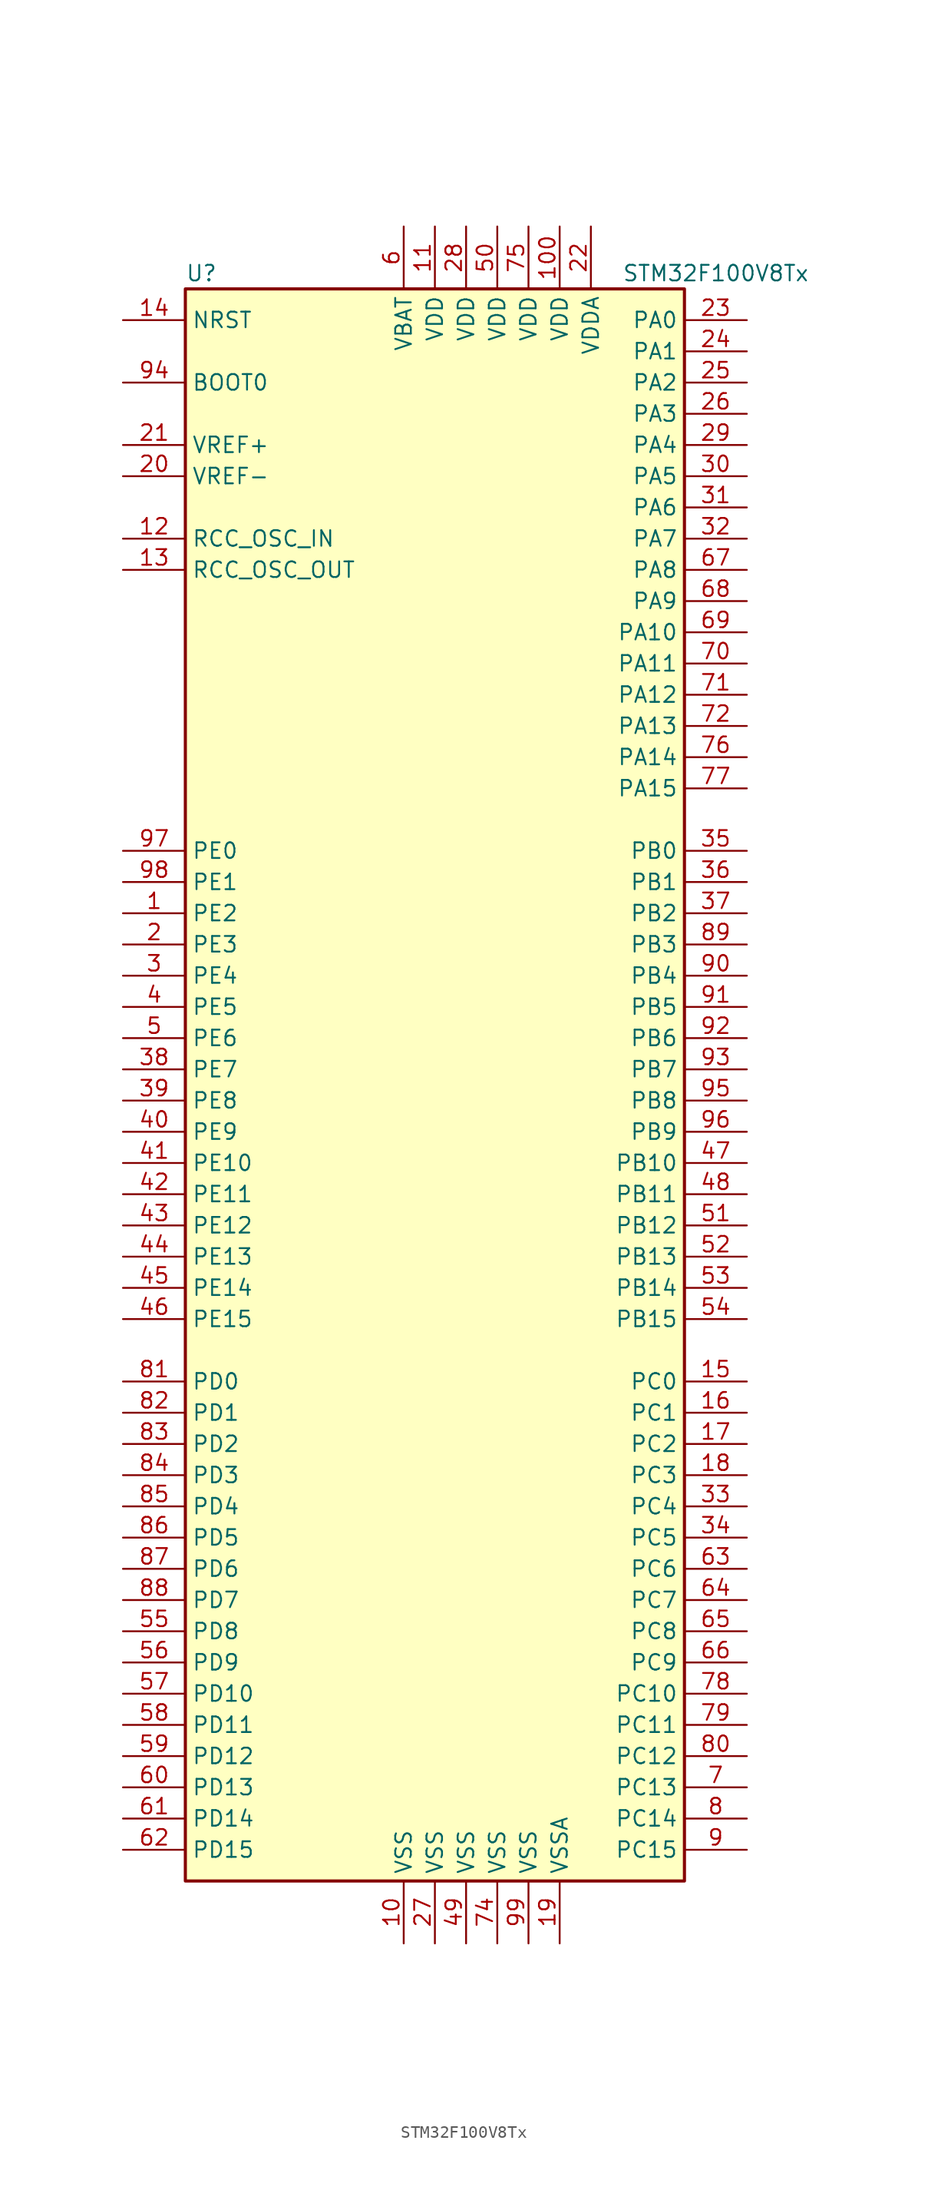
<source format=kicad_sym>
(kicad_symbol_lib
  (version 20200908)
  (generator kicad_symbol_editor)
  (symbol "MCU_ST_STM32F1:STM32F100V8Tx"
    (property "Reference" "U"
      (at -20.32 64.77 0)
      (effects (font (size 1.27 1.27)) (justify left)))
    (property "Value" "STM32F100V8Tx"
      (at 15.24 64.77 0)
      (effects (font (size 1.27 1.27)) (justify left)))
    (symbol "STM32F100V8Tx_0_1"
      (rectangle (start -20.32 -66.04) (end 20.32 63.5) (stroke (width 0.254)) (fill (type background))))
    (symbol "STM32F100V8Tx_1_1"
      (pin input line (at -25.4 55.88 0) (length 5.08) (name "BOOT0" (effects (font (size 1.27 1.27)))) (number "94" (effects (font (size 1.27 1.27)))))
      (pin unconnected line (at -20.32 -63.5 0) (length 5.08) hide (name "NC" (effects (font (size 1.27 1.27)))) (number "73" (effects (font (size 1.27 1.27)))))
      (pin input line (at -25.4 60.96 0) (length 5.08) (name "NRST" (effects (font (size 1.27 1.27)))) (number "14" (effects (font (size 1.27 1.27)))))
      (pin bidirectional line (at 25.4 60.96 180) (length 5.08) (name "PA0" (effects (font (size 1.27 1.27)))) (number "23" (effects (font (size 1.27 1.27)))))
      (pin bidirectional line (at 25.4 58.42 180) (length 5.08) (name "PA1" (effects (font (size 1.27 1.27)))) (number "24" (effects (font (size 1.27 1.27)))))
      (pin bidirectional line (at 25.4 35.56 180) (length 5.08) (name "PA10" (effects (font (size 1.27 1.27)))) (number "69" (effects (font (size 1.27 1.27)))))
      (pin bidirectional line (at 25.4 33.02 180) (length 5.08) (name "PA11" (effects (font (size 1.27 1.27)))) (number "70" (effects (font (size 1.27 1.27)))))
      (pin bidirectional line (at 25.4 30.48 180) (length 5.08) (name "PA12" (effects (font (size 1.27 1.27)))) (number "71" (effects (font (size 1.27 1.27)))))
      (pin bidirectional line (at 25.4 27.94 180) (length 5.08) (name "PA13" (effects (font (size 1.27 1.27)))) (number "72" (effects (font (size 1.27 1.27)))))
      (pin bidirectional line (at 25.4 25.4 180) (length 5.08) (name "PA14" (effects (font (size 1.27 1.27)))) (number "76" (effects (font (size 1.27 1.27)))))
      (pin bidirectional line (at 25.4 22.86 180) (length 5.08) (name "PA15" (effects (font (size 1.27 1.27)))) (number "77" (effects (font (size 1.27 1.27)))))
      (pin bidirectional line (at 25.4 55.88 180) (length 5.08) (name "PA2" (effects (font (size 1.27 1.27)))) (number "25" (effects (font (size 1.27 1.27)))))
      (pin bidirectional line (at 25.4 53.34 180) (length 5.08) (name "PA3" (effects (font (size 1.27 1.27)))) (number "26" (effects (font (size 1.27 1.27)))))
      (pin bidirectional line (at 25.4 50.8 180) (length 5.08) (name "PA4" (effects (font (size 1.27 1.27)))) (number "29" (effects (font (size 1.27 1.27)))))
      (pin bidirectional line (at 25.4 48.26 180) (length 5.08) (name "PA5" (effects (font (size 1.27 1.27)))) (number "30" (effects (font (size 1.27 1.27)))))
      (pin bidirectional line (at 25.4 45.72 180) (length 5.08) (name "PA6" (effects (font (size 1.27 1.27)))) (number "31" (effects (font (size 1.27 1.27)))))
      (pin bidirectional line (at 25.4 43.18 180) (length 5.08) (name "PA7" (effects (font (size 1.27 1.27)))) (number "32" (effects (font (size 1.27 1.27)))))
      (pin bidirectional line (at 25.4 40.64 180) (length 5.08) (name "PA8" (effects (font (size 1.27 1.27)))) (number "67" (effects (font (size 1.27 1.27)))))
      (pin bidirectional line (at 25.4 38.1 180) (length 5.08) (name "PA9" (effects (font (size 1.27 1.27)))) (number "68" (effects (font (size 1.27 1.27)))))
      (pin bidirectional line (at 25.4 17.78 180) (length 5.08) (name "PB0" (effects (font (size 1.27 1.27)))) (number "35" (effects (font (size 1.27 1.27)))))
      (pin bidirectional line (at 25.4 15.24 180) (length 5.08) (name "PB1" (effects (font (size 1.27 1.27)))) (number "36" (effects (font (size 1.27 1.27)))))
      (pin bidirectional line (at 25.4 -7.62 180) (length 5.08) (name "PB10" (effects (font (size 1.27 1.27)))) (number "47" (effects (font (size 1.27 1.27)))))
      (pin bidirectional line (at 25.4 -10.16 180) (length 5.08) (name "PB11" (effects (font (size 1.27 1.27)))) (number "48" (effects (font (size 1.27 1.27)))))
      (pin bidirectional line (at 25.4 -12.7 180) (length 5.08) (name "PB12" (effects (font (size 1.27 1.27)))) (number "51" (effects (font (size 1.27 1.27)))))
      (pin bidirectional line (at 25.4 -15.24 180) (length 5.08) (name "PB13" (effects (font (size 1.27 1.27)))) (number "52" (effects (font (size 1.27 1.27)))))
      (pin bidirectional line (at 25.4 -17.78 180) (length 5.08) (name "PB14" (effects (font (size 1.27 1.27)))) (number "53" (effects (font (size 1.27 1.27)))))
      (pin bidirectional line (at 25.4 -20.32 180) (length 5.08) (name "PB15" (effects (font (size 1.27 1.27)))) (number "54" (effects (font (size 1.27 1.27)))))
      (pin bidirectional line (at 25.4 12.7 180) (length 5.08) (name "PB2" (effects (font (size 1.27 1.27)))) (number "37" (effects (font (size 1.27 1.27)))))
      (pin bidirectional line (at 25.4 10.16 180) (length 5.08) (name "PB3" (effects (font (size 1.27 1.27)))) (number "89" (effects (font (size 1.27 1.27)))))
      (pin bidirectional line (at 25.4 7.62 180) (length 5.08) (name "PB4" (effects (font (size 1.27 1.27)))) (number "90" (effects (font (size 1.27 1.27)))))
      (pin bidirectional line (at 25.4 5.08 180) (length 5.08) (name "PB5" (effects (font (size 1.27 1.27)))) (number "91" (effects (font (size 1.27 1.27)))))
      (pin bidirectional line (at 25.4 2.54 180) (length 5.08) (name "PB6" (effects (font (size 1.27 1.27)))) (number "92" (effects (font (size 1.27 1.27)))))
      (pin bidirectional line (at 25.4 0 180) (length 5.08) (name "PB7" (effects (font (size 1.27 1.27)))) (number "93" (effects (font (size 1.27 1.27)))))
      (pin bidirectional line (at 25.4 -2.54 180) (length 5.08) (name "PB8" (effects (font (size 1.27 1.27)))) (number "95" (effects (font (size 1.27 1.27)))))
      (pin bidirectional line (at 25.4 -5.08 180) (length 5.08) (name "PB9" (effects (font (size 1.27 1.27)))) (number "96" (effects (font (size 1.27 1.27)))))
      (pin bidirectional line (at 25.4 -25.4 180) (length 5.08) (name "PC0" (effects (font (size 1.27 1.27)))) (number "15" (effects (font (size 1.27 1.27)))))
      (pin bidirectional line (at 25.4 -27.94 180) (length 5.08) (name "PC1" (effects (font (size 1.27 1.27)))) (number "16" (effects (font (size 1.27 1.27)))))
      (pin bidirectional line (at 25.4 -50.8 180) (length 5.08) (name "PC10" (effects (font (size 1.27 1.27)))) (number "78" (effects (font (size 1.27 1.27)))))
      (pin bidirectional line (at 25.4 -53.34 180) (length 5.08) (name "PC11" (effects (font (size 1.27 1.27)))) (number "79" (effects (font (size 1.27 1.27)))))
      (pin bidirectional line (at 25.4 -55.88 180) (length 5.08) (name "PC12" (effects (font (size 1.27 1.27)))) (number "80" (effects (font (size 1.27 1.27)))))
      (pin bidirectional line (at 25.4 -58.42 180) (length 5.08) (name "PC13" (effects (font (size 1.27 1.27)))) (number "7" (effects (font (size 1.27 1.27)))))
      (pin bidirectional line (at 25.4 -60.96 180) (length 5.08) (name "PC14" (effects (font (size 1.27 1.27)))) (number "8" (effects (font (size 1.27 1.27)))))
      (pin bidirectional line (at 25.4 -63.5 180) (length 5.08) (name "PC15" (effects (font (size 1.27 1.27)))) (number "9" (effects (font (size 1.27 1.27)))))
      (pin bidirectional line (at 25.4 -30.48 180) (length 5.08) (name "PC2" (effects (font (size 1.27 1.27)))) (number "17" (effects (font (size 1.27 1.27)))))
      (pin bidirectional line (at 25.4 -33.02 180) (length 5.08) (name "PC3" (effects (font (size 1.27 1.27)))) (number "18" (effects (font (size 1.27 1.27)))))
      (pin bidirectional line (at 25.4 -35.56 180) (length 5.08) (name "PC4" (effects (font (size 1.27 1.27)))) (number "33" (effects (font (size 1.27 1.27)))))
      (pin bidirectional line (at 25.4 -38.1 180) (length 5.08) (name "PC5" (effects (font (size 1.27 1.27)))) (number "34" (effects (font (size 1.27 1.27)))))
      (pin bidirectional line (at 25.4 -40.64 180) (length 5.08) (name "PC6" (effects (font (size 1.27 1.27)))) (number "63" (effects (font (size 1.27 1.27)))))
      (pin bidirectional line (at 25.4 -43.18 180) (length 5.08) (name "PC7" (effects (font (size 1.27 1.27)))) (number "64" (effects (font (size 1.27 1.27)))))
      (pin bidirectional line (at 25.4 -45.72 180) (length 5.08) (name "PC8" (effects (font (size 1.27 1.27)))) (number "65" (effects (font (size 1.27 1.27)))))
      (pin bidirectional line (at 25.4 -48.26 180) (length 5.08) (name "PC9" (effects (font (size 1.27 1.27)))) (number "66" (effects (font (size 1.27 1.27)))))
      (pin bidirectional line (at -25.4 -25.4 0) (length 5.08) (name "PD0" (effects (font (size 1.27 1.27)))) (number "81" (effects (font (size 1.27 1.27)))))
      (pin bidirectional line (at -25.4 -27.94 0) (length 5.08) (name "PD1" (effects (font (size 1.27 1.27)))) (number "82" (effects (font (size 1.27 1.27)))))
      (pin bidirectional line (at -25.4 -50.8 0) (length 5.08) (name "PD10" (effects (font (size 1.27 1.27)))) (number "57" (effects (font (size 1.27 1.27)))))
      (pin bidirectional line (at -25.4 -53.34 0) (length 5.08) (name "PD11" (effects (font (size 1.27 1.27)))) (number "58" (effects (font (size 1.27 1.27)))))
      (pin bidirectional line (at -25.4 -55.88 0) (length 5.08) (name "PD12" (effects (font (size 1.27 1.27)))) (number "59" (effects (font (size 1.27 1.27)))))
      (pin bidirectional line (at -25.4 -58.42 0) (length 5.08) (name "PD13" (effects (font (size 1.27 1.27)))) (number "60" (effects (font (size 1.27 1.27)))))
      (pin bidirectional line (at -25.4 -60.96 0) (length 5.08) (name "PD14" (effects (font (size 1.27 1.27)))) (number "61" (effects (font (size 1.27 1.27)))))
      (pin bidirectional line (at -25.4 -63.5 0) (length 5.08) (name "PD15" (effects (font (size 1.27 1.27)))) (number "62" (effects (font (size 1.27 1.27)))))
      (pin bidirectional line (at -25.4 -30.48 0) (length 5.08) (name "PD2" (effects (font (size 1.27 1.27)))) (number "83" (effects (font (size 1.27 1.27)))))
      (pin bidirectional line (at -25.4 -33.02 0) (length 5.08) (name "PD3" (effects (font (size 1.27 1.27)))) (number "84" (effects (font (size 1.27 1.27)))))
      (pin bidirectional line (at -25.4 -35.56 0) (length 5.08) (name "PD4" (effects (font (size 1.27 1.27)))) (number "85" (effects (font (size 1.27 1.27)))))
      (pin bidirectional line (at -25.4 -38.1 0) (length 5.08) (name "PD5" (effects (font (size 1.27 1.27)))) (number "86" (effects (font (size 1.27 1.27)))))
      (pin bidirectional line (at -25.4 -40.64 0) (length 5.08) (name "PD6" (effects (font (size 1.27 1.27)))) (number "87" (effects (font (size 1.27 1.27)))))
      (pin bidirectional line (at -25.4 -43.18 0) (length 5.08) (name "PD7" (effects (font (size 1.27 1.27)))) (number "88" (effects (font (size 1.27 1.27)))))
      (pin bidirectional line (at -25.4 -45.72 0) (length 5.08) (name "PD8" (effects (font (size 1.27 1.27)))) (number "55" (effects (font (size 1.27 1.27)))))
      (pin bidirectional line (at -25.4 -48.26 0) (length 5.08) (name "PD9" (effects (font (size 1.27 1.27)))) (number "56" (effects (font (size 1.27 1.27)))))
      (pin bidirectional line (at -25.4 17.78 0) (length 5.08) (name "PE0" (effects (font (size 1.27 1.27)))) (number "97" (effects (font (size 1.27 1.27)))))
      (pin bidirectional line (at -25.4 15.24 0) (length 5.08) (name "PE1" (effects (font (size 1.27 1.27)))) (number "98" (effects (font (size 1.27 1.27)))))
      (pin bidirectional line (at -25.4 -7.62 0) (length 5.08) (name "PE10" (effects (font (size 1.27 1.27)))) (number "41" (effects (font (size 1.27 1.27)))))
      (pin bidirectional line (at -25.4 -10.16 0) (length 5.08) (name "PE11" (effects (font (size 1.27 1.27)))) (number "42" (effects (font (size 1.27 1.27)))))
      (pin bidirectional line (at -25.4 -12.7 0) (length 5.08) (name "PE12" (effects (font (size 1.27 1.27)))) (number "43" (effects (font (size 1.27 1.27)))))
      (pin bidirectional line (at -25.4 -15.24 0) (length 5.08) (name "PE13" (effects (font (size 1.27 1.27)))) (number "44" (effects (font (size 1.27 1.27)))))
      (pin bidirectional line (at -25.4 -17.78 0) (length 5.08) (name "PE14" (effects (font (size 1.27 1.27)))) (number "45" (effects (font (size 1.27 1.27)))))
      (pin bidirectional line (at -25.4 -20.32 0) (length 5.08) (name "PE15" (effects (font (size 1.27 1.27)))) (number "46" (effects (font (size 1.27 1.27)))))
      (pin bidirectional line (at -25.4 12.7 0) (length 5.08) (name "PE2" (effects (font (size 1.27 1.27)))) (number "1" (effects (font (size 1.27 1.27)))))
      (pin bidirectional line (at -25.4 10.16 0) (length 5.08) (name "PE3" (effects (font (size 1.27 1.27)))) (number "2" (effects (font (size 1.27 1.27)))))
      (pin bidirectional line (at -25.4 7.62 0) (length 5.08) (name "PE4" (effects (font (size 1.27 1.27)))) (number "3" (effects (font (size 1.27 1.27)))))
      (pin bidirectional line (at -25.4 5.08 0) (length 5.08) (name "PE5" (effects (font (size 1.27 1.27)))) (number "4" (effects (font (size 1.27 1.27)))))
      (pin bidirectional line (at -25.4 2.54 0) (length 5.08) (name "PE6" (effects (font (size 1.27 1.27)))) (number "5" (effects (font (size 1.27 1.27)))))
      (pin bidirectional line (at -25.4 0 0) (length 5.08) (name "PE7" (effects (font (size 1.27 1.27)))) (number "38" (effects (font (size 1.27 1.27)))))
      (pin bidirectional line (at -25.4 -2.54 0) (length 5.08) (name "PE8" (effects (font (size 1.27 1.27)))) (number "39" (effects (font (size 1.27 1.27)))))
      (pin bidirectional line (at -25.4 -5.08 0) (length 5.08) (name "PE9" (effects (font (size 1.27 1.27)))) (number "40" (effects (font (size 1.27 1.27)))))
      (pin input line (at -25.4 43.18 0) (length 5.08) (name "RCC_OSC_IN" (effects (font (size 1.27 1.27)))) (number "12" (effects (font (size 1.27 1.27)))))
      (pin input line (at -25.4 40.64 0) (length 5.08) (name "RCC_OSC_OUT" (effects (font (size 1.27 1.27)))) (number "13" (effects (font (size 1.27 1.27)))))
      (pin power_in line (at -2.54 68.58 270) (length 5.08) (name "VBAT" (effects (font (size 1.27 1.27)))) (number "6" (effects (font (size 1.27 1.27)))))
      (pin power_in line (at 10.16 68.58 270) (length 5.08) (name "VDD" (effects (font (size 1.27 1.27)))) (number "100" (effects (font (size 1.27 1.27)))))
      (pin power_in line (at 0 68.58 270) (length 5.08) (name "VDD" (effects (font (size 1.27 1.27)))) (number "11" (effects (font (size 1.27 1.27)))))
      (pin power_in line (at 2.54 68.58 270) (length 5.08) (name "VDD" (effects (font (size 1.27 1.27)))) (number "28" (effects (font (size 1.27 1.27)))))
      (pin power_in line (at 5.08 68.58 270) (length 5.08) (name "VDD" (effects (font (size 1.27 1.27)))) (number "50" (effects (font (size 1.27 1.27)))))
      (pin power_in line (at 7.62 68.58 270) (length 5.08) (name "VDD" (effects (font (size 1.27 1.27)))) (number "75" (effects (font (size 1.27 1.27)))))
      (pin power_in line (at 12.7 68.58 270) (length 5.08) (name "VDDA" (effects (font (size 1.27 1.27)))) (number "22" (effects (font (size 1.27 1.27)))))
      (pin power_in line (at -25.4 50.8 0) (length 5.08) (name "VREF+" (effects (font (size 1.27 1.27)))) (number "21" (effects (font (size 1.27 1.27)))))
      (pin power_in line (at -25.4 48.26 0) (length 5.08) (name "VREF-" (effects (font (size 1.27 1.27)))) (number "20" (effects (font (size 1.27 1.27)))))
      (pin power_in line (at -2.54 -71.12 90) (length 5.08) (name "VSS" (effects (font (size 1.27 1.27)))) (number "10" (effects (font (size 1.27 1.27)))))
      (pin power_in line (at 0 -71.12 90) (length 5.08) (name "VSS" (effects (font (size 1.27 1.27)))) (number "27" (effects (font (size 1.27 1.27)))))
      (pin power_in line (at 2.54 -71.12 90) (length 5.08) (name "VSS" (effects (font (size 1.27 1.27)))) (number "49" (effects (font (size 1.27 1.27)))))
      (pin power_in line (at 5.08 -71.12 90) (length 5.08) (name "VSS" (effects (font (size 1.27 1.27)))) (number "74" (effects (font (size 1.27 1.27)))))
      (pin power_in line (at 7.62 -71.12 90) (length 5.08) (name "VSS" (effects (font (size 1.27 1.27)))) (number "99" (effects (font (size 1.27 1.27)))))
      (pin power_in line (at 10.16 -71.12 90) (length 5.08) (name "VSSA" (effects (font (size 1.27 1.27)))) (number "19" (effects (font (size 1.27 1.27))))))))
</source>
